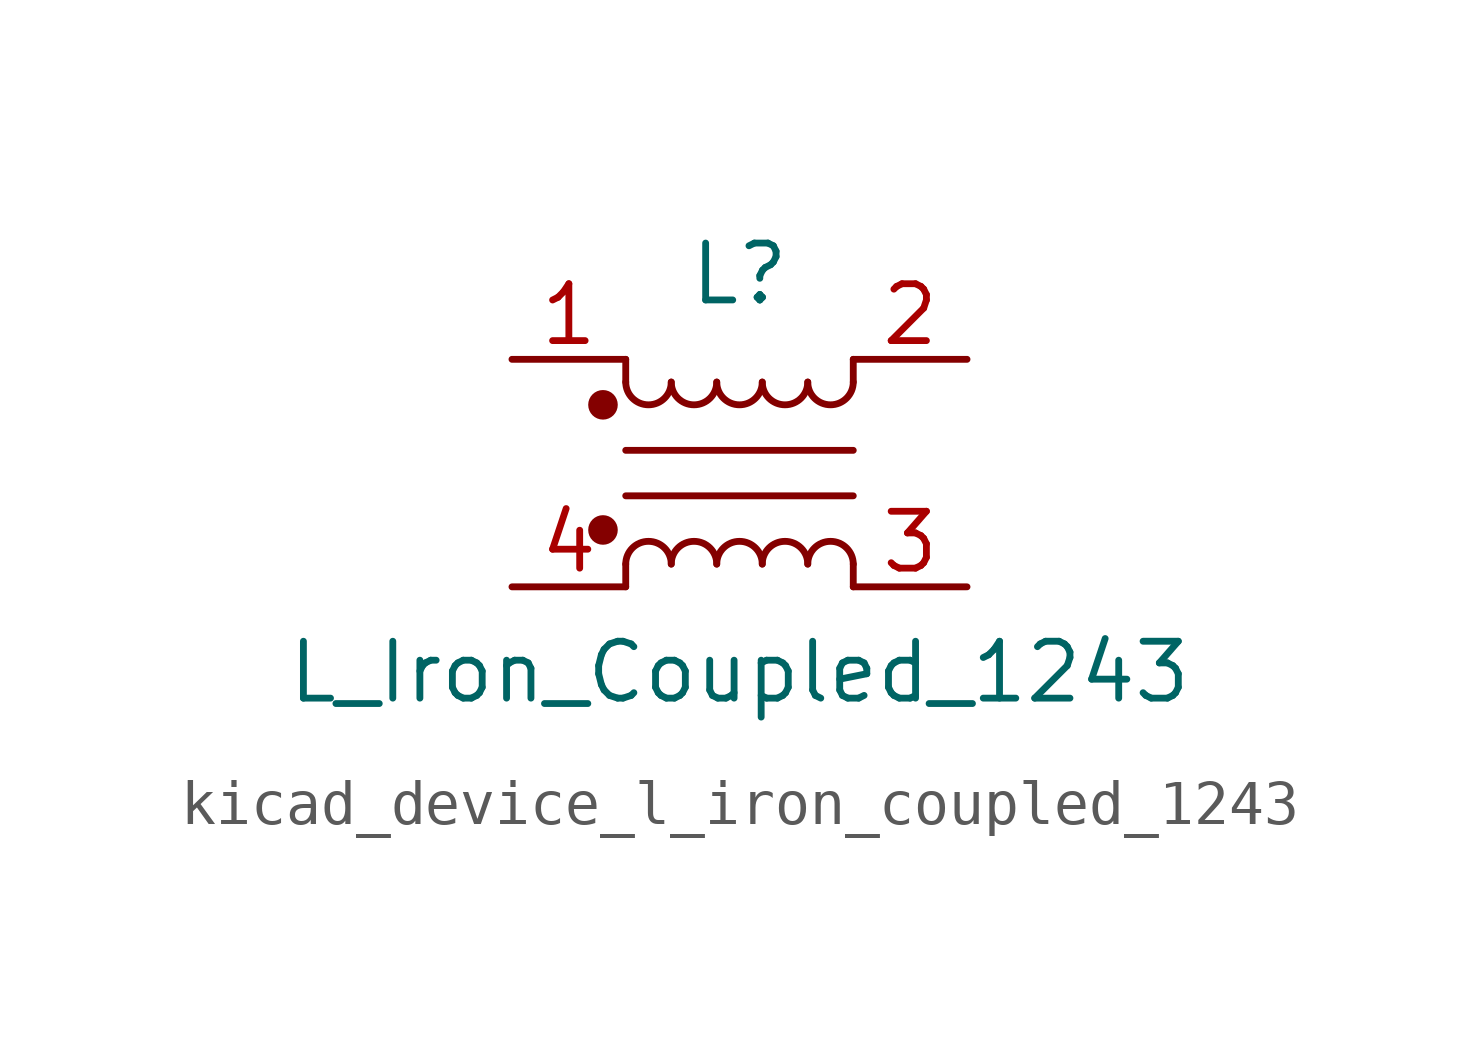
<source format=kicad_sym>
(kicad_symbol_lib
  (version 20220914)
  (generator kicad_symbol_editor)
  (symbol "kicad_device_l_iron_coupled_1243"
    (pin_names
      (offset 0.254) hide)
    (property "Reference" "L"
      (at 0 4.445 0)
      (effects (font (size 1.27 1.27))))
    (property "Value" "L_Iron_Coupled_1243"
      (at 0 -4.445 0)
      (effects (font (size 1.27 1.27))))
    (symbol "kicad_device_l_iron_coupled_1243_0_1"
      (circle (center -3.048 -1.27) (radius 0.254) (stroke (width 0) (type default)) (fill (type outline)))
      (circle (center -3.048 1.524) (radius 0.254) (stroke (width 0) (type default)) (fill (type outline)))
      (arc (start -2.54 2.032) (mid -2.032 1.5262) (end -1.524 2.032) (stroke (width 0) (type default)) (fill (type none)))
      (arc (start -1.524 -2.032) (mid -2.032 -1.5262) (end -2.54 -2.032) (stroke (width 0) (type default)) (fill (type none)))
      (arc (start -1.524 2.032) (mid -1.016 1.5262) (end -0.508 2.032) (stroke (width 0) (type default)) (fill (type none)))
      (arc (start -0.508 -2.032) (mid -1.016 -1.5262) (end -1.524 -2.032) (stroke (width 0) (type default)) (fill (type none)))
      (arc (start -0.508 2.032) (mid 0 1.5262) (end 0.508 2.032) (stroke (width 0) (type default)) (fill (type none)))
      (polyline (pts (xy -2.54 -2.032) (xy -2.54 -2.54)) (stroke (width 0) (type default)) (fill (type none)))
      (polyline (pts (xy -2.54 0.508) (xy 2.54 0.508)) (stroke (width 0) (type default)) (fill (type none)))
      (polyline (pts (xy -2.54 2.032) (xy -2.54 2.54)) (stroke (width 0) (type default)) (fill (type none)))
      (polyline (pts (xy 2.54 -2.032) (xy 2.54 -2.54)) (stroke (width 0) (type default)) (fill (type none)))
      (polyline (pts (xy 2.54 -0.508) (xy -2.54 -0.508)) (stroke (width 0) (type default)) (fill (type none)))
      (polyline (pts (xy 2.54 2.54) (xy 2.54 2.032)) (stroke (width 0) (type default)) (fill (type none)))
      (arc (start 0.508 -2.032) (mid 0 -1.5262) (end -0.508 -2.032) (stroke (width 0) (type default)) (fill (type none)))
      (arc (start 0.508 2.032) (mid 1.016 1.5262) (end 1.524 2.032) (stroke (width 0) (type default)) (fill (type none)))
      (arc (start 1.524 -2.032) (mid 1.016 -1.5262) (end 0.508 -2.032) (stroke (width 0) (type default)) (fill (type none)))
      (arc (start 1.524 2.032) (mid 2.032 1.5262) (end 2.54 2.032) (stroke (width 0) (type default)) (fill (type none)))
      (arc (start 2.54 -2.032) (mid 2.032 -1.5262) (end 1.524 -2.032) (stroke (width 0) (type default)) (fill (type none))))
    (symbol "kicad_device_l_iron_coupled_1243_1_1"
      (pin passive line (at -5.08 2.54 0) (length 2.54) (name "1" (effects (font (size 1.27 1.27)))) (number "1" (effects (font (size 1.27 1.27)))))
      (pin passive line (at 5.08 2.54 180) (length 2.54) (name "2" (effects (font (size 1.27 1.27)))) (number "2" (effects (font (size 1.27 1.27)))))
      (pin passive line (at 5.08 -2.54 180) (length 2.54) (name "3" (effects (font (size 1.27 1.27)))) (number "3" (effects (font (size 1.27 1.27)))))
      (pin passive line (at -5.08 -2.54 0) (length 2.54) (name "4" (effects (font (size 1.27 1.27)))) (number "4" (effects (font (size 1.27 1.27))))))))
</source>
